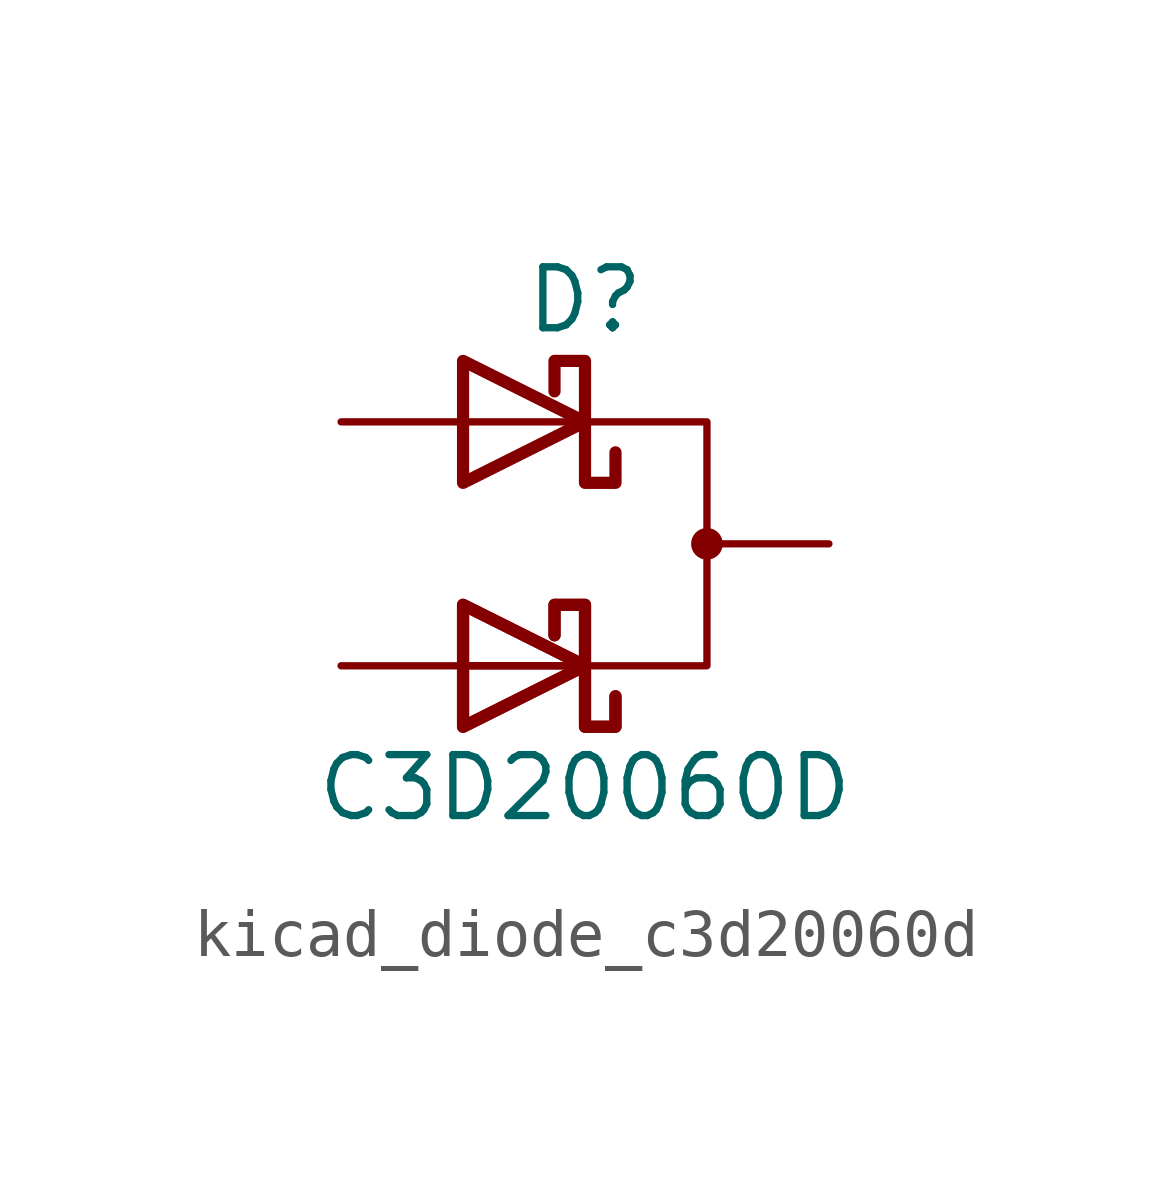
<source format=kicad_sym>
(kicad_symbol_lib
  (version 20220914)
  (generator kicad_symbol_editor)
  (symbol "kicad_diode_c3d20060d"
    (pin_numbers hide)
    (pin_names
      (offset 1.016) hide)
    (property "Reference" "D"
      (at 0 5.08 0)
      (effects (font (size 1.27 1.27))))
    (property "Value" "C3D20060D"
      (at 0 -5.08 0)
      (effects (font (size 1.27 1.27))))
    (symbol "kicad_diode_c3d20060d_0_1"
      (polyline (pts (xy -2.54 -2.54) (xy 0 -2.54)) (stroke (width 0) (type default)) (fill (type none)))
      (polyline (pts (xy -2.54 -2.54) (xy 0 -2.54)) (stroke (width 0) (type default)) (fill (type none)))
      (polyline (pts (xy -2.54 2.54) (xy 0 2.54)) (stroke (width 0) (type default)) (fill (type none)))
      (polyline (pts (xy -2.54 -3.81) (xy -2.54 -1.27) (xy 0 -2.54) (xy -2.54 -3.81)) (stroke (width 0.254) (type default)) (fill (type none)))
      (polyline (pts (xy -2.54 -3.81) (xy -2.54 -1.27) (xy 0 -2.54) (xy -2.54 -3.81)) (stroke (width 0.254) (type default)) (fill (type none)))
      (polyline (pts (xy -2.54 1.27) (xy -2.54 3.81) (xy 0 2.54) (xy -2.54 1.27)) (stroke (width 0.254) (type default)) (fill (type none)))
      (polyline (pts (xy 0 2.54) (xy 2.54 2.54) (xy 2.54 -2.54) (xy 0 -2.54)) (stroke (width 0) (type default)) (fill (type none)))
      (polyline (pts (xy 0.635 -3.175) (xy 0.635 -3.81) (xy 0 -3.81) (xy 0 -1.27) (xy -0.635 -1.27) (xy -0.635 -1.905)) (stroke (width 0.254) (type default)) (fill (type none)))
      (polyline (pts (xy 0.635 -3.175) (xy 0.635 -3.81) (xy 0 -3.81) (xy 0 -1.27) (xy -0.635 -1.27) (xy -0.635 -1.905)) (stroke (width 0.254) (type default)) (fill (type none)))
      (polyline (pts (xy 0.635 1.905) (xy 0.635 1.27) (xy 0 1.27) (xy 0 3.81) (xy -0.635 3.81) (xy -0.635 3.175)) (stroke (width 0.254) (type default)) (fill (type none)))
      (circle (center 2.54 0) (radius 0.254) (stroke (width 0) (type default)) (fill (type outline))))
    (symbol "kicad_diode_c3d20060d_1_1"
      (pin passive line (at -5.08 2.54 0) (length 2.54) (name "A1" (effects (font (size 1.27 1.27)))) (number "1" (effects (font (size 1.27 1.27)))))
      (pin passive line (at 5.08 0 180) (length 2.54) (name "K" (effects (font (size 1.27 1.27)))) (number "2" (effects (font (size 1.27 1.27)))))
      (pin passive line (at -5.08 -2.54 0) (length 2.54) (name "A2" (effects (font (size 1.27 1.27)))) (number "3" (effects (font (size 1.27 1.27))))))))
</source>
